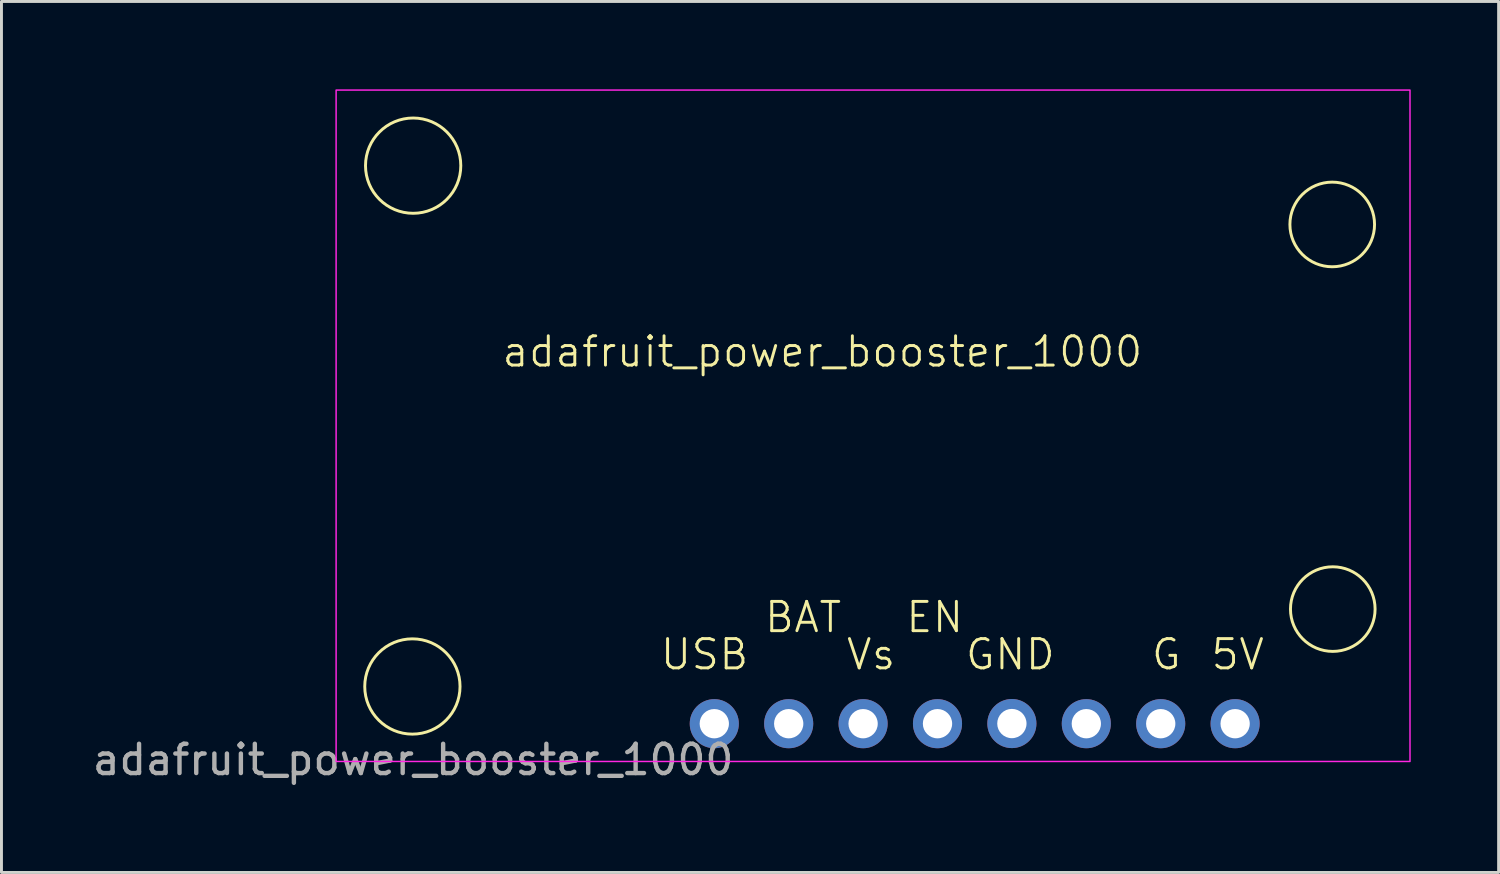
<source format=kicad_pcb>
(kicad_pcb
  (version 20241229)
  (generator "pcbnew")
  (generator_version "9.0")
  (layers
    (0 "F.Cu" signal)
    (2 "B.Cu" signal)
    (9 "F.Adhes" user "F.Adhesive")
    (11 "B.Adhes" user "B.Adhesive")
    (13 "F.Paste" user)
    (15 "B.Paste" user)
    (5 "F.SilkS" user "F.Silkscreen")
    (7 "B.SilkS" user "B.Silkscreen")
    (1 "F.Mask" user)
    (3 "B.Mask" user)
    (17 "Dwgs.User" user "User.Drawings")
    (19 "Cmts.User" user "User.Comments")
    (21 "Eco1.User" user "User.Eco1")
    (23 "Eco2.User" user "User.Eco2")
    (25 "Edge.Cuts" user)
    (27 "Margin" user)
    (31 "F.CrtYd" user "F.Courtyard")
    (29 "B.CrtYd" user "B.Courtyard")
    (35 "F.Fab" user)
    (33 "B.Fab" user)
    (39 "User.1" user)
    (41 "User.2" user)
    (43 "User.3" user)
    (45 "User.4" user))
  (footprint "adafruit_power_booster_1000"
    (layer "F.Cu")
    (at 11.054 20.385)
    (property "Reference" "adafruit_power_booster_1000" (at 13.97 -11.43 0) (unlocked yes) (layer "F.SilkS") (effects (font (size 1 1) (thickness 0.1))))
    (attr through_hole)
    (fp_circle (center -0.026 0) (end 1.244 -1.016) (stroke (width 0.1) (type default)) (fill no) (layer "F.SilkS"))
    (fp_circle (center 0 -17.78) (end 1.27 -18.796) (stroke (width 0.1) (type default)) (fill no) (layer "F.SilkS"))
    (fp_circle (center 31.375 -15.773) (end 32.493 -16.688) (stroke (width 0.1) (type default)) (fill no) (layer "F.SilkS"))
    (fp_circle (center 31.394 -2.642) (end 32.512 -3.556) (stroke (width 0.1) (type default)) (fill no) (layer "F.SilkS"))
    (fp_rect (start -2.63 -20.36) (end 34.03 2.56) (stroke (width 0.05) (type default)) (fill no) (layer "F.CrtYd"))
    (fp_text user "USB" (at 8.382 -0.508 0) (unlocked yes) (layer "F.SilkS") (effects (font (size 1 1) (thickness 0.1)) (justify left bottom)))
    (fp_text user "GND" (at 18.796 -0.508 0) (unlocked yes) (layer "F.SilkS") (effects (font (size 1 1) (thickness 0.1)) (justify left bottom)))
    (fp_text user "EN" (at 16.764 -1.778 0) (unlocked yes) (layer "F.SilkS") (effects (font (size 1 1) (thickness 0.1)) (justify left bottom)))
    (fp_text user "G" (at 25.146 -0.508 0) (unlocked yes) (layer "F.SilkS") (effects (font (size 1 1) (thickness 0.1)) (justify left bottom)))
    (fp_text user "5V" (at 27.178 -0.508 0) (unlocked yes) (layer "F.SilkS") (effects (font (size 1 1) (thickness 0.1)) (justify left bottom)))
    (fp_text user "BAT" (at 11.938 -1.778 0) (unlocked yes) (layer "F.SilkS") (effects (font (size 1 1) (thickness 0.1)) (justify left bottom)))
    (fp_text user "Vs" (at 14.732 -0.508 0) (unlocked yes) (layer "F.SilkS") (effects (font (size 1 1) (thickness 0.1)) (justify left bottom)))
    (fp_text user "${REFERENCE}" (at 0 2.5 0) (unlocked yes) (layer "F.Fab") (effects (font (size 1 1) (thickness 0.15))))
    (pad "1" thru_hole circle (at 10.28 1.27) (size 1.676 1.676) (drill 1) (layers "*.Cu" "*.Mask"))
    (pad "2" thru_hole circle (at 12.82 1.27) (size 1.676 1.676) (drill 1) (layers "*.Cu" "*.Mask"))
    (pad "3" thru_hole circle (at 15.36 1.27) (size 1.676 1.676) (drill 1) (layers "*.Cu" "*.Mask"))
    (pad "4" thru_hole circle (at 17.9 1.27) (size 1.676 1.676) (drill 1) (layers "*.Cu" "*.Mask"))
    (pad "5" thru_hole circle (at 20.439 1.265) (size 1.676 1.676) (drill 1) (layers "*.Cu" "*.Mask"))
    (pad "6" thru_hole circle (at 22.98 1.27) (size 1.676 1.676) (drill 1) (layers "*.Cu" "*.Mask"))
    (pad "7" thru_hole circle (at 25.52 1.27) (size 1.676 1.676) (drill 1) (layers "*.Cu" "*.Mask"))
    (pad "8" thru_hole circle (at 28.06 1.27) (size 1.676 1.676) (drill 1) (layers "*.Cu" "*.Mask")))
  (gr_rect
    (start -3 -3)
    (end 48.109 26.733)
    (stroke (width 0.1) (type default))
    (fill no)
    (layer "Edge.Cuts")))
</source>
